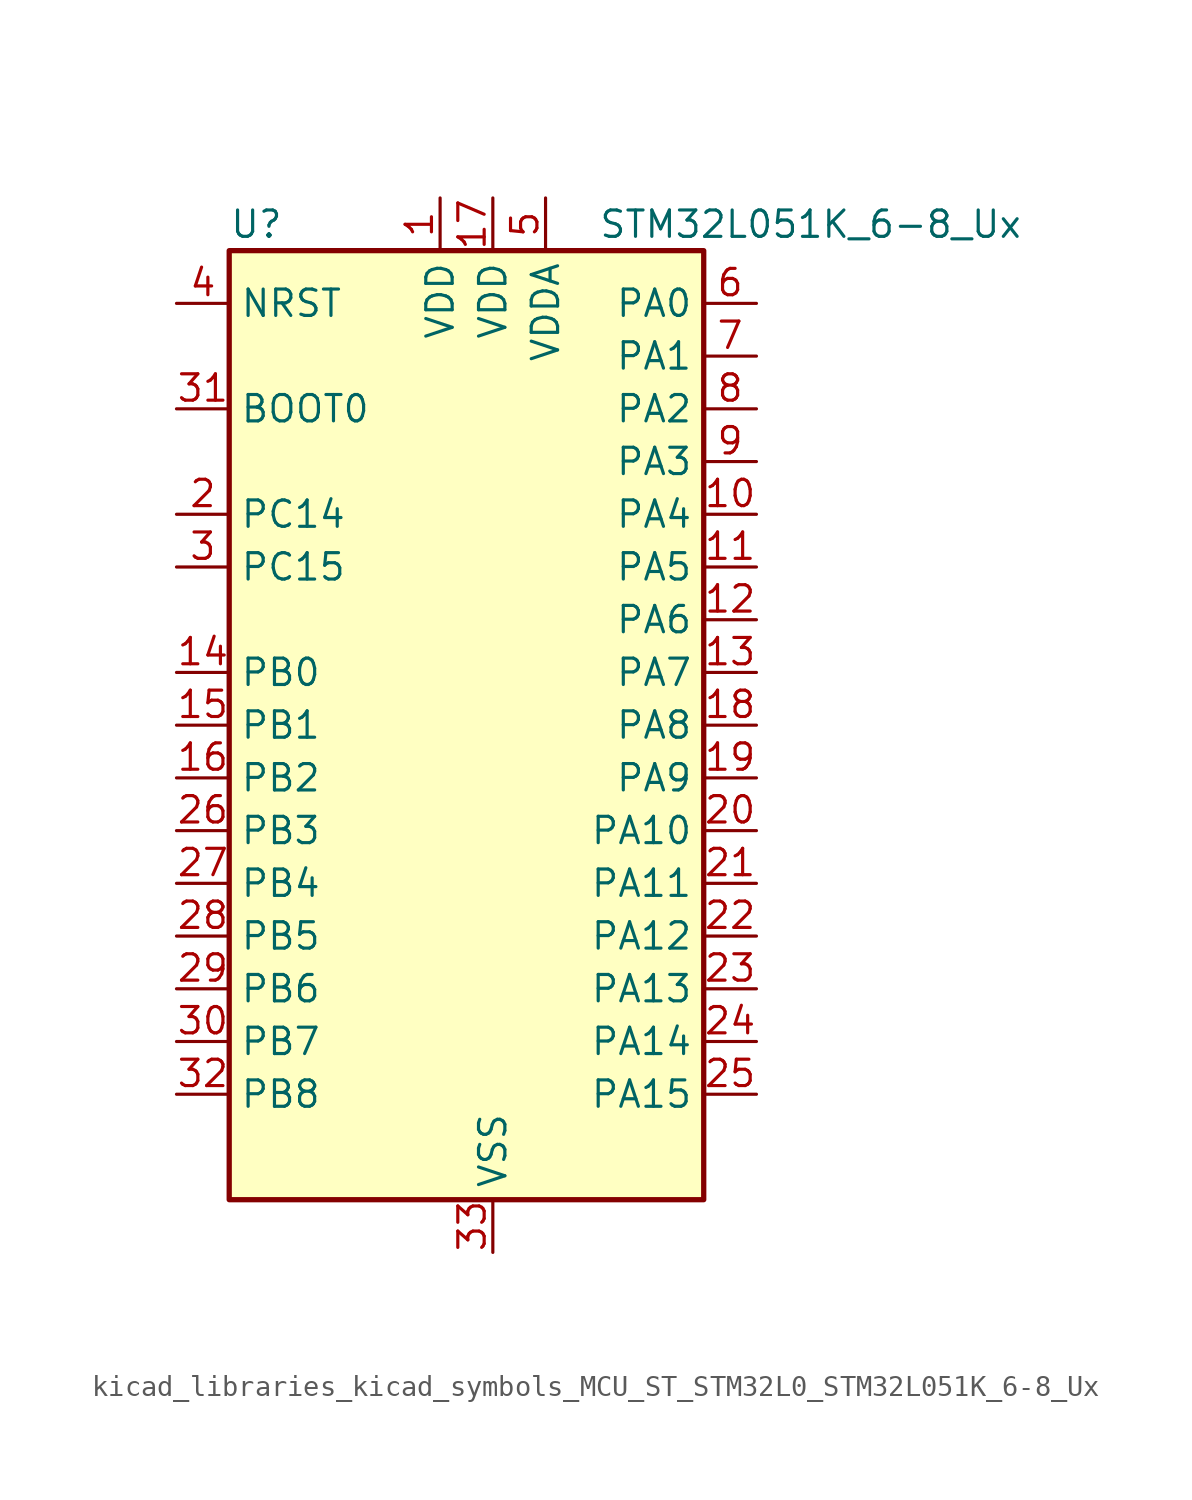
<source format=kicad_sym>
(kicad_symbol_lib
  (version 20220914)
  (generator kicad_symbol_editor)
  (symbol "kicad_libraries_kicad_symbols_MCU_ST_STM32L0_STM32L051K_6-8_Ux"
    (property "Reference" "U"
      (at -10.16 24.13 0)
      (effects (font (size 1.27 1.27)) (justify left)))
    (property "Value" "STM32L051K_6-8_Ux"
      (at 7.62 24.13 0)
      (effects (font (size 1.27 1.27)) (justify left)))
    (property "ki_locked" ""
      (at 0 0 0)
      (effects (font (size 1.27 1.27))))
    (symbol "kicad_libraries_kicad_symbols_MCU_ST_STM32L0_STM32L051K_6-8_Ux_0_1"
      (rectangle (start -10.16 -22.86) (end 12.7 22.86) (stroke (width 0.254) (type default)) (fill (type background))))
    (symbol "kicad_libraries_kicad_symbols_MCU_ST_STM32L0_STM32L051K_6-8_Ux_1_1"
      (pin power_in line (at 0 25.4 270) (length 2.54) (name "VDD" (effects (font (size 1.27 1.27)))) (number "1" (effects (font (size 1.27 1.27)))))
      (pin bidirectional line (at 15.24 10.16 180) (length 2.54) (name "PA4" (effects (font (size 1.27 1.27)))) (number "10" (effects (font (size 1.27 1.27)))) (alternate "ADC_IN4" bidirectional line) (alternate "COMP1_INM" bidirectional line) (alternate "COMP2_INM" bidirectional line) (alternate "SPI1_NSS" bidirectional line) (alternate "TIM22_ETR" bidirectional line) (alternate "USART2_CK" bidirectional line))
      (pin bidirectional line (at 15.24 7.62 180) (length 2.54) (name "PA5" (effects (font (size 1.27 1.27)))) (number "11" (effects (font (size 1.27 1.27)))) (alternate "ADC_IN5" bidirectional line) (alternate "COMP1_INM" bidirectional line) (alternate "COMP2_INM" bidirectional line) (alternate "SPI1_SCK" bidirectional line) (alternate "TIM2_CH1" bidirectional line) (alternate "TIM2_ETR" bidirectional line))
      (pin bidirectional line (at 15.24 5.08 180) (length 2.54) (name "PA6" (effects (font (size 1.27 1.27)))) (number "12" (effects (font (size 1.27 1.27)))) (alternate "ADC_IN6" bidirectional line) (alternate "COMP1_OUT" bidirectional line) (alternate "SPI1_MISO" bidirectional line) (alternate "TIM22_CH1" bidirectional line))
      (pin bidirectional line (at 15.24 2.54 180) (length 2.54) (name "PA7" (effects (font (size 1.27 1.27)))) (number "13" (effects (font (size 1.27 1.27)))) (alternate "ADC_IN7" bidirectional line) (alternate "COMP2_OUT" bidirectional line) (alternate "SPI1_MOSI" bidirectional line) (alternate "TIM22_CH2" bidirectional line))
      (pin bidirectional line (at -12.7 2.54 0) (length 2.54) (name "PB0" (effects (font (size 1.27 1.27)))) (number "14" (effects (font (size 1.27 1.27)))) (alternate "ADC_IN8" bidirectional line) (alternate "SYS_VREF_OUT_PB0" bidirectional line))
      (pin bidirectional line (at -12.7 0 0) (length 2.54) (name "PB1" (effects (font (size 1.27 1.27)))) (number "15" (effects (font (size 1.27 1.27)))) (alternate "ADC_IN9" bidirectional line) (alternate "SYS_VREF_OUT_PB1" bidirectional line))
      (pin bidirectional line (at -12.7 -2.54 0) (length 2.54) (name "PB2" (effects (font (size 1.27 1.27)))) (number "16" (effects (font (size 1.27 1.27)))) (alternate "LPTIM1_OUT" bidirectional line))
      (pin power_in line (at 2.54 25.4 270) (length 2.54) (name "VDD" (effects (font (size 1.27 1.27)))) (number "17" (effects (font (size 1.27 1.27)))))
      (pin bidirectional line (at 15.24 0 180) (length 2.54) (name "PA8" (effects (font (size 1.27 1.27)))) (number "18" (effects (font (size 1.27 1.27)))) (alternate "RCC_MCO" bidirectional line) (alternate "USART1_CK" bidirectional line))
      (pin bidirectional line (at 15.24 -2.54 180) (length 2.54) (name "PA9" (effects (font (size 1.27 1.27)))) (number "19" (effects (font (size 1.27 1.27)))) (alternate "RCC_MCO" bidirectional line) (alternate "USART1_TX" bidirectional line))
      (pin bidirectional line (at -12.7 10.16 0) (length 2.54) (name "PC14" (effects (font (size 1.27 1.27)))) (number "2" (effects (font (size 1.27 1.27)))) (alternate "RCC_OSC32_IN" bidirectional line))
      (pin bidirectional line (at 15.24 -5.08 180) (length 2.54) (name "PA10" (effects (font (size 1.27 1.27)))) (number "20" (effects (font (size 1.27 1.27)))) (alternate "USART1_RX" bidirectional line))
      (pin bidirectional line (at 15.24 -7.62 180) (length 2.54) (name "PA11" (effects (font (size 1.27 1.27)))) (number "21" (effects (font (size 1.27 1.27)))) (alternate "ADC_EXTI11" bidirectional line) (alternate "COMP1_OUT" bidirectional line) (alternate "SPI1_MISO" bidirectional line) (alternate "USART1_CTS" bidirectional line))
      (pin bidirectional line (at 15.24 -10.16 180) (length 2.54) (name "PA12" (effects (font (size 1.27 1.27)))) (number "22" (effects (font (size 1.27 1.27)))) (alternate "COMP2_OUT" bidirectional line) (alternate "SPI1_MOSI" bidirectional line) (alternate "USART1_DE" bidirectional line) (alternate "USART1_RTS" bidirectional line))
      (pin bidirectional line (at 15.24 -12.7 180) (length 2.54) (name "PA13" (effects (font (size 1.27 1.27)))) (number "23" (effects (font (size 1.27 1.27)))) (alternate "SYS_SWDIO" bidirectional line))
      (pin bidirectional line (at 15.24 -15.24 180) (length 2.54) (name "PA14" (effects (font (size 1.27 1.27)))) (number "24" (effects (font (size 1.27 1.27)))) (alternate "SYS_SWCLK" bidirectional line) (alternate "USART2_TX" bidirectional line))
      (pin bidirectional line (at 15.24 -17.78 180) (length 2.54) (name "PA15" (effects (font (size 1.27 1.27)))) (number "25" (effects (font (size 1.27 1.27)))) (alternate "SPI1_NSS" bidirectional line) (alternate "TIM2_CH1" bidirectional line) (alternate "TIM2_ETR" bidirectional line) (alternate "USART2_RX" bidirectional line))
      (pin bidirectional line (at -12.7 -5.08 0) (length 2.54) (name "PB3" (effects (font (size 1.27 1.27)))) (number "26" (effects (font (size 1.27 1.27)))) (alternate "COMP2_INM" bidirectional line) (alternate "SPI1_SCK" bidirectional line) (alternate "TIM2_CH2" bidirectional line))
      (pin bidirectional line (at -12.7 -7.62 0) (length 2.54) (name "PB4" (effects (font (size 1.27 1.27)))) (number "27" (effects (font (size 1.27 1.27)))) (alternate "COMP2_INP" bidirectional line) (alternate "SPI1_MISO" bidirectional line) (alternate "TIM22_CH1" bidirectional line))
      (pin bidirectional line (at -12.7 -10.16 0) (length 2.54) (name "PB5" (effects (font (size 1.27 1.27)))) (number "28" (effects (font (size 1.27 1.27)))) (alternate "COMP2_INP" bidirectional line) (alternate "I2C1_SMBA" bidirectional line) (alternate "LPTIM1_IN1" bidirectional line) (alternate "SPI1_MOSI" bidirectional line) (alternate "TIM22_CH2" bidirectional line))
      (pin bidirectional line (at -12.7 -12.7 0) (length 2.54) (name "PB6" (effects (font (size 1.27 1.27)))) (number "29" (effects (font (size 1.27 1.27)))) (alternate "COMP2_INP" bidirectional line) (alternate "I2C1_SCL" bidirectional line) (alternate "LPTIM1_ETR" bidirectional line) (alternate "USART1_TX" bidirectional line))
      (pin bidirectional line (at -12.7 7.62 0) (length 2.54) (name "PC15" (effects (font (size 1.27 1.27)))) (number "3" (effects (font (size 1.27 1.27)))) (alternate "RCC_OSC32_OUT" bidirectional line))
      (pin bidirectional line (at -12.7 -15.24 0) (length 2.54) (name "PB7" (effects (font (size 1.27 1.27)))) (number "30" (effects (font (size 1.27 1.27)))) (alternate "COMP2_INP" bidirectional line) (alternate "I2C1_SDA" bidirectional line) (alternate "LPTIM1_IN2" bidirectional line) (alternate "SYS_PVD_IN" bidirectional line) (alternate "USART1_RX" bidirectional line))
      (pin input line (at -12.7 15.24 0) (length 2.54) (name "BOOT0" (effects (font (size 1.27 1.27)))) (number "31" (effects (font (size 1.27 1.27)))))
      (pin bidirectional line (at -12.7 -17.78 0) (length 2.54) (name "PB8" (effects (font (size 1.27 1.27)))) (number "32" (effects (font (size 1.27 1.27)))) (alternate "I2C1_SCL" bidirectional line))
      (pin power_in line (at 2.54 -25.4 90) (length 2.54) (name "VSS" (effects (font (size 1.27 1.27)))) (number "33" (effects (font (size 1.27 1.27)))))
      (pin input line (at -12.7 20.32 0) (length 2.54) (name "NRST" (effects (font (size 1.27 1.27)))) (number "4" (effects (font (size 1.27 1.27)))))
      (pin power_in line (at 5.08 25.4 270) (length 2.54) (name "VDDA" (effects (font (size 1.27 1.27)))) (number "5" (effects (font (size 1.27 1.27)))))
      (pin bidirectional line (at 15.24 20.32 180) (length 2.54) (name "PA0" (effects (font (size 1.27 1.27)))) (number "6" (effects (font (size 1.27 1.27)))) (alternate "ADC_IN0" bidirectional line) (alternate "COMP1_INM" bidirectional line) (alternate "COMP1_OUT" bidirectional line) (alternate "RTC_TAMP2" bidirectional line) (alternate "SYS_WKUP1" bidirectional line) (alternate "TIM2_CH1" bidirectional line) (alternate "TIM2_ETR" bidirectional line) (alternate "USART2_CTS" bidirectional line))
      (pin bidirectional line (at 15.24 17.78 180) (length 2.54) (name "PA1" (effects (font (size 1.27 1.27)))) (number "7" (effects (font (size 1.27 1.27)))) (alternate "ADC_IN1" bidirectional line) (alternate "COMP1_INP" bidirectional line) (alternate "TIM21_ETR" bidirectional line) (alternate "TIM2_CH2" bidirectional line) (alternate "USART2_DE" bidirectional line) (alternate "USART2_RTS" bidirectional line))
      (pin bidirectional line (at 15.24 15.24 180) (length 2.54) (name "PA2" (effects (font (size 1.27 1.27)))) (number "8" (effects (font (size 1.27 1.27)))) (alternate "ADC_IN2" bidirectional line) (alternate "COMP2_INM" bidirectional line) (alternate "COMP2_OUT" bidirectional line) (alternate "TIM21_CH1" bidirectional line) (alternate "TIM2_CH3" bidirectional line) (alternate "USART2_TX" bidirectional line))
      (pin bidirectional line (at 15.24 12.7 180) (length 2.54) (name "PA3" (effects (font (size 1.27 1.27)))) (number "9" (effects (font (size 1.27 1.27)))) (alternate "ADC_IN3" bidirectional line) (alternate "COMP2_INP" bidirectional line) (alternate "TIM21_CH2" bidirectional line) (alternate "TIM2_CH4" bidirectional line) (alternate "USART2_RX" bidirectional line)))))
</source>
